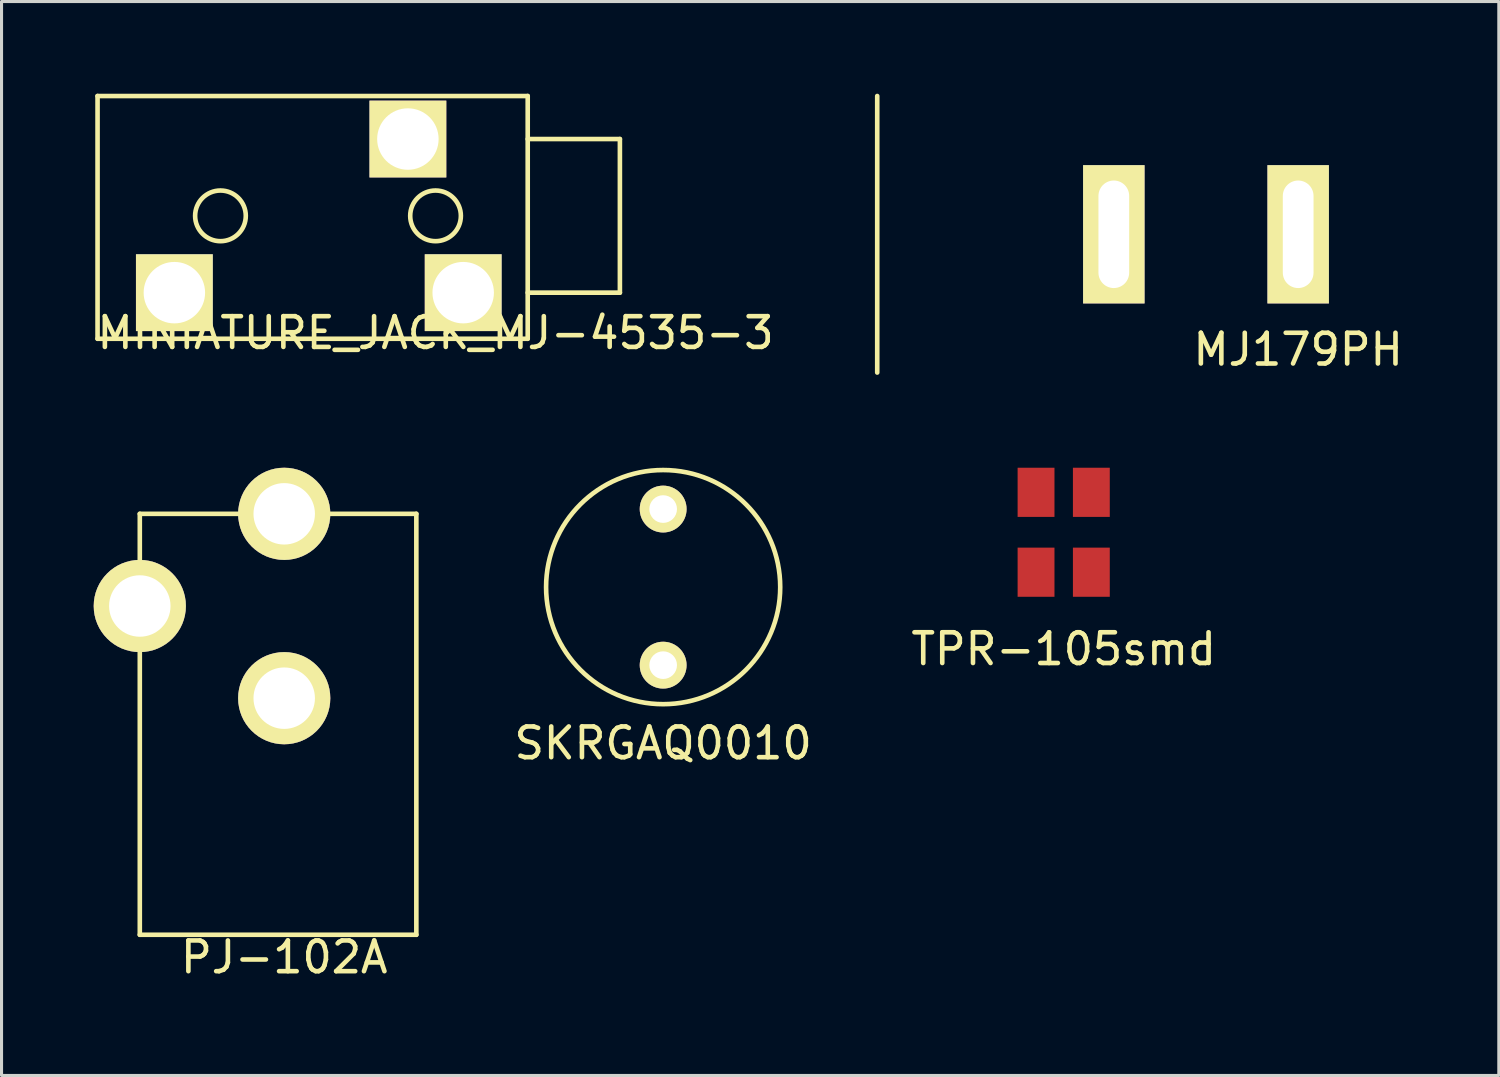
<source format=kicad_pcb>
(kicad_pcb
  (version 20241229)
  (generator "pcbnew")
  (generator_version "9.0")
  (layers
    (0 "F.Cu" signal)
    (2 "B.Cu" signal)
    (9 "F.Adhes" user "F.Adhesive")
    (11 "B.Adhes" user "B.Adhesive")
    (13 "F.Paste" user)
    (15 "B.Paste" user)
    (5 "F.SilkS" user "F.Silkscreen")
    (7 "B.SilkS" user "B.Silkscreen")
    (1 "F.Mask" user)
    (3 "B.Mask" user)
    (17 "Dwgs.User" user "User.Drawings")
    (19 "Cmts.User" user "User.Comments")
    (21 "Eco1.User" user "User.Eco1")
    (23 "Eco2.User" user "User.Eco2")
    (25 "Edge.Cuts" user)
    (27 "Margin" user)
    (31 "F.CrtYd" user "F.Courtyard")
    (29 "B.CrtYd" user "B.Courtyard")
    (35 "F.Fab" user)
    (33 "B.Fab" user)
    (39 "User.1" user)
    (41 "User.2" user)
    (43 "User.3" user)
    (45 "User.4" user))
  (footprint "MINIATURE_JACK_MJ-4535-3"
    (layer "F.Cu")
    (at 11.125 3.975)
    (property "Reference" "MINIATURE_JACK_MJ-4535-3" (at 0 3.81 0) (layer "F.SilkS") (effects (font (size 1 1) (thickness 0.15))))
    (attr through_hole)
    (fp_line (start -11 -3.9) (end -11 4) (stroke (width 0.15) (type solid)) (layer "F.SilkS"))
    (fp_line (start -11 4) (end 3 4) (stroke (width 0.15) (type solid)) (layer "F.SilkS"))
    (fp_line (start 3 -3.9) (end -11 -3.9) (stroke (width 0.15) (type solid)) (layer "F.SilkS"))
    (fp_line (start 3 -2.5) (end 6 -2.5) (stroke (width 0.15) (type solid)) (layer "F.SilkS"))
    (fp_line (start 3 4) (end 3 -3.9) (stroke (width 0.15) (type solid)) (layer "F.SilkS"))
    (fp_line (start 6 -2.5) (end 6 2.5) (stroke (width 0.15) (type solid)) (layer "F.SilkS"))
    (fp_line (start 6 2.5) (end 3 2.5) (stroke (width 0.15) (type solid)) (layer "F.SilkS"))
    (fp_circle (center -7 0) (end -6.8 0.8) (stroke (width 0.15) (type solid)) (fill no) (layer "F.SilkS"))
    (fp_circle (center 0 0) (end -0.2 0.8) (stroke (width 0.15) (type solid)) (fill no) (layer "F.SilkS"))
    (pad "1" thru_hole rect (at -8.5 2.5) (size 2.5 2.5) (drill oval 2) (layers "*.Cu" "*.Mask" "F.SilkS"))
    (pad "2" thru_hole rect (at 0.9 2.5) (size 2.5 2.5) (drill oval 2) (layers "*.Cu" "*.Mask" "F.SilkS"))
    (pad "4" thru_hole rect (at -0.9 -2.5) (size 2.5 2.5) (drill oval 2) (layers "*.Cu" "*.Mask" "F.SilkS")))
  (footprint "SKRGAQ0010"
    (layer "F.Cu")
    (at 18.533 16.058)
    (property "Reference" "SKRGAQ0010" (at 0 5.08 0) (layer "F.SilkS") (effects (font (size 1 1) (thickness 0.15))))
    (attr through_hole)
    (fp_circle (center 0 0) (end 0 -3.81) (stroke (width 0.15) (type solid)) (fill no) (layer "F.SilkS"))
    (pad "1" thru_hole circle (at 0 -2.54) (size 1.524 1.524) (drill 0.9) (layers "*.Cu" "*.Mask" "F.SilkS"))
    (pad "2" thru_hole circle (at 0 2.54) (size 1.524 1.524) (drill 0.9) (layers "*.Cu" "*.Mask" "F.SilkS")))
  (footprint "PJ-102A"
    (layer "F.Cu")
    (at 6.2 16.673)
    (property "Reference" "PJ-102A" (at 0 11.43 0) (layer "F.SilkS") (effects (font (size 1 1) (thickness 0.15))))
    (attr through_hole)
    (fp_line (start -4.7 -3) (end 4.3 -3) (stroke (width 0.15) (type solid)) (layer "F.SilkS"))
    (fp_line (start -4.7 10.7) (end -4.7 -3) (stroke (width 0.15) (type solid)) (layer "F.SilkS"))
    (fp_line (start 4.3 -3) (end 4.3 10.7) (stroke (width 0.15) (type solid)) (layer "F.SilkS"))
    (fp_line (start 4.3 10.7) (end -4.7 10.7) (stroke (width 0.15) (type solid)) (layer "F.SilkS"))
    (pad "1" thru_hole circle (at 0 3) (size 3 3) (drill 2) (layers "*.Cu" "*.Mask" "F.SilkS"))
    (pad "2" thru_hole circle (at 0 -3) (size 3 3) (drill 2) (layers "*.Cu" "*.Mask" "F.SilkS"))
    (pad "3" thru_hole circle (at -4.7 0) (size 3 3) (drill 2) (layers "*.Cu" "*.Mask" "F.SilkS")))
  (footprint "MJ179PH"
    (layer "F.Cu")
    (at 25.5 4.575)
    (property "Reference" "MJ179PH" (at 13.7 3.75 0) (layer "F.SilkS") (effects (font (size 1 1) (thickness 0.15))))
    (attr through_hole)
    (fp_line (start 0 -4.5) (end 0 4.5) (stroke (width 0.15) (type solid)) (layer "F.SilkS"))
    (pad "1" thru_hole rect (at 13.7 0) (size 2 4.5) (drill oval 1 3.5) (layers "*.Cu" "*.Mask" "F.SilkS"))
    (pad "3" thru_hole rect (at 7.7 0) (size 2 4.5) (drill oval 1 3.5) (layers "*.Cu" "*.Mask" "F.SilkS")))
  (footprint "TPR-105smd"
    (layer "F.Cu")
    (at 31.569 14.273)
    (property "Reference" "TPR-105smd" (at 0 3.8 0) (layer "F.SilkS") (effects (font (size 1 1) (thickness 0.15))))
    (attr through_hole)
    (pad "1" smd rect (at -0.9 -1.3) (size 1.2 1.6) (layers "F.Cu" "F.Mask" "F.Paste"))
    (pad "2" smd rect (at -0.9 1.3) (size 1.2 1.6) (layers "F.Cu" "F.Mask" "F.Paste"))
    (pad "3" smd rect (at 0.9 1.3) (size 1.2 1.6) (layers "F.Cu" "F.Mask" "F.Paste"))
    (pad "4" smd rect (at 0.9 -1.3) (size 1.2 1.6) (layers "F.Cu" "F.Mask" "F.Paste")))
  (gr_rect
    (start -3 -3)
    (end 45.73 31.951)
    (stroke (width 0.1) (type default))
    (fill no)
    (layer "Edge.Cuts")))
</source>
